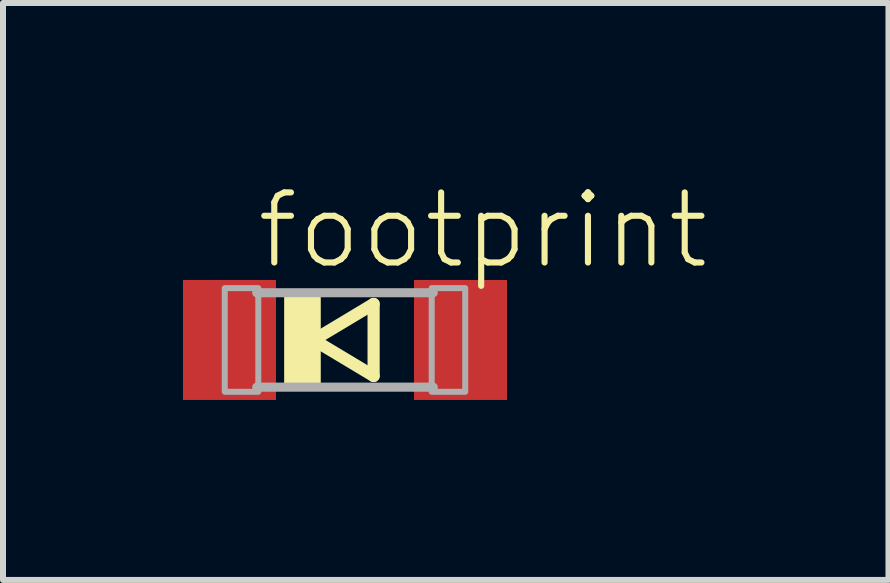
<source format=kicad_pcb>
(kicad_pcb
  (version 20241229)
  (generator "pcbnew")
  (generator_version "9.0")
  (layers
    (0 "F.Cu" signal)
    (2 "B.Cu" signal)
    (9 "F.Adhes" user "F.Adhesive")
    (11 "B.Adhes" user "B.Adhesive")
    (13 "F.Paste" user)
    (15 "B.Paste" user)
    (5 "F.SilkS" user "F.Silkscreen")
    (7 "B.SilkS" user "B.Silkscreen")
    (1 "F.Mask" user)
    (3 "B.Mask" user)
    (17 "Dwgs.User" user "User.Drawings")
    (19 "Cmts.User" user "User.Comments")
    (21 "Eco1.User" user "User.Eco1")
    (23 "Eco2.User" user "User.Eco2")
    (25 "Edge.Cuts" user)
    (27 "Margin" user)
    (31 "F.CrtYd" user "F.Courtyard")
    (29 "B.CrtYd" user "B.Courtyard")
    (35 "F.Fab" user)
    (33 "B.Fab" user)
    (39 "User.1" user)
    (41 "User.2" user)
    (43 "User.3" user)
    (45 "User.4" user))
  (footprint "footprint"
    (layer "F.Cu")
    (at 2.7 2.616)
    (property "Reference" "footprint" (at -1.524 -1.143 0) (layer "F.SilkS") (effects (font (size 1.168 1.168) (thickness 0.102)) (justify left bottom)))
    (fp_line (start -0.523 0) (end 0.477 0.6) (stroke (width 0.203) (type solid)) (layer "F.SilkS"))
    (fp_line (start 0.477 -0.6) (end -0.523 0) (stroke (width 0.203) (type solid)) (layer "F.SilkS"))
    (fp_line (start 0.477 0.6) (end 0.477 -0.6) (stroke (width 0.203) (type solid)) (layer "F.SilkS"))
    (fp_poly (pts (xy -1.014 0.787) (xy -0.404 0.787) (xy -0.404 -0.787) (xy -1.014 -0.787)) (stroke (width 0) (type solid)) (fill yes) (layer "F.SilkS"))
    (fp_line (start 1.471 -0.787) (end -1.471 -0.787) (stroke (width 0.152) (type solid)) (layer "F.Fab"))
    (fp_line (start 1.471 0.787) (end -1.471 0.787) (stroke (width 0.152) (type solid)) (layer "F.Fab"))
    (fp_poly (pts (xy -2.004 0.864) (xy -1.445 0.864) (xy -1.445 -0.864) (xy -2.004 -0.864)) (stroke (width 0.1) (type solid)) (fill no) (layer "F.Fab"))
    (fp_poly (pts (xy 1.445 0.864) (xy 2.004 0.864) (xy 2.004 -0.864) (xy 1.445 -0.864)) (stroke (width 0.1) (type solid)) (fill no) (layer "F.Fab"))
    (pad "A" smd rect (at 1.925 0) (size 1.55 2) (layers "F.Cu" "F.Mask" "F.Paste"))
    (pad "C" smd rect (at -1.925 0) (size 1.55 2) (layers "F.Cu" "F.Mask" "F.Paste")))
  (gr_rect
    (start -3 -3)
    (end 11.758 6.616)
    (stroke (width 0.1) (type default))
    (fill no)
    (layer "Edge.Cuts")))
</source>
